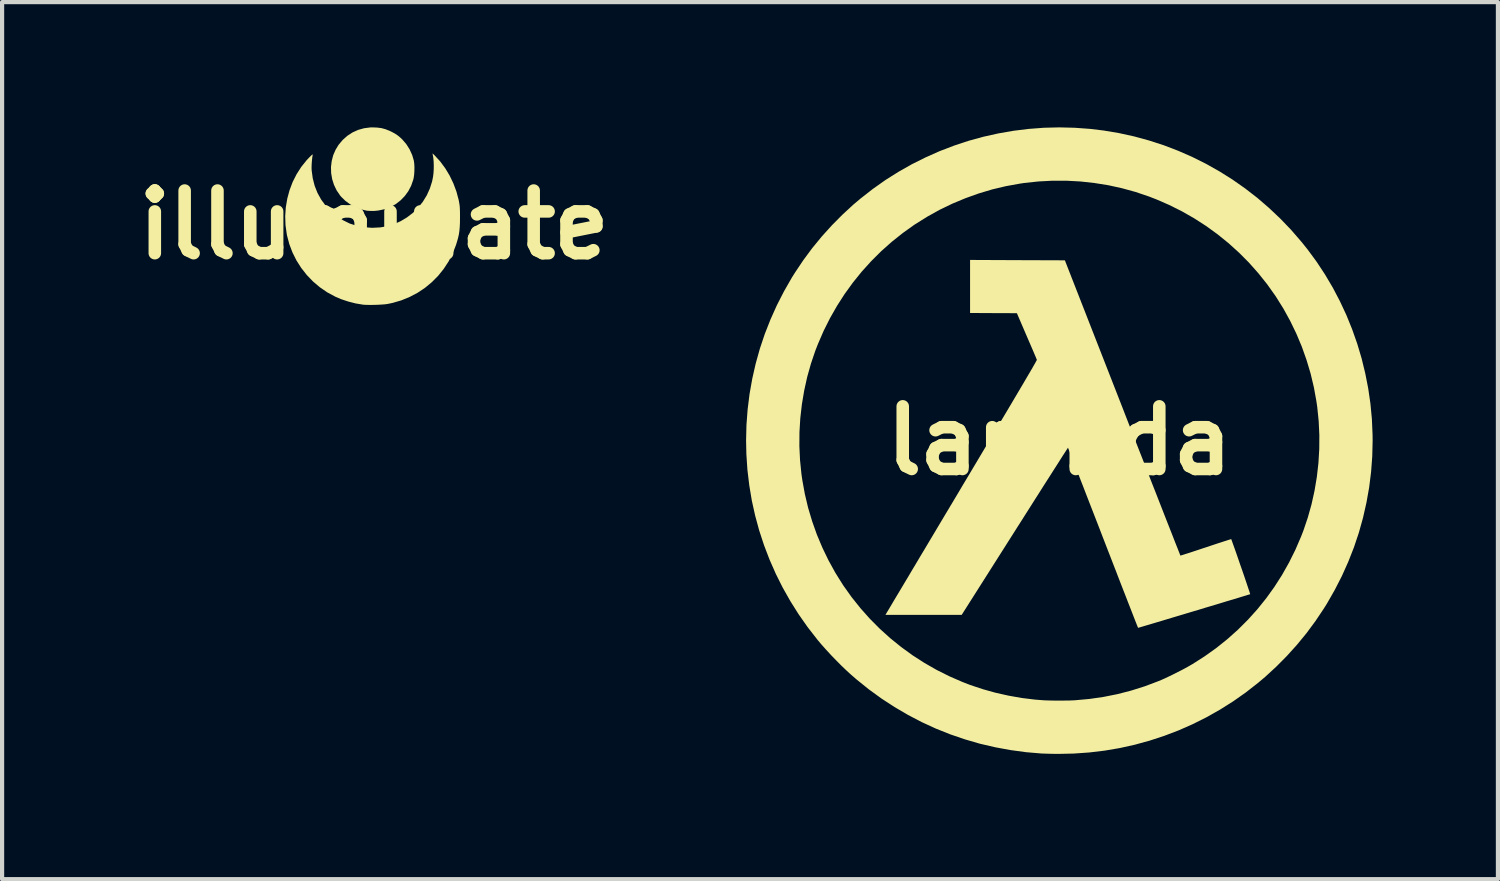
<source format=kicad_pcb>
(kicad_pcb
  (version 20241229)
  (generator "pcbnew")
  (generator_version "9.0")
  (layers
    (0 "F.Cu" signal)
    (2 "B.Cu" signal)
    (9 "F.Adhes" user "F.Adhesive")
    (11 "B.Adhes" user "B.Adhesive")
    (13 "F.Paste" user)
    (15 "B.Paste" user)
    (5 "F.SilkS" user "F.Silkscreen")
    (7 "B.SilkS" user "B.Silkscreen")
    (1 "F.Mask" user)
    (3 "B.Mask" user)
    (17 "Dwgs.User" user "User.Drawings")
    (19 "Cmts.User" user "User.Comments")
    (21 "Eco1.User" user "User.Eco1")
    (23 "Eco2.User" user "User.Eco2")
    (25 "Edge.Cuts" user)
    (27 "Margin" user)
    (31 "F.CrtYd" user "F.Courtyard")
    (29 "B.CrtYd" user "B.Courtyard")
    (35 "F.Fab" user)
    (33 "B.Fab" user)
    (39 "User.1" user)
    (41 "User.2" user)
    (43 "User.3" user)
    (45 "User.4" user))
  (footprint "illuminate"
    (layer "F.Cu")
    (at 5.907 2.334)
    (property "Reference" "illuminate" (at 0 0 0) (layer "F.SilkS") (effects (font (size 1.5 1.5) (thickness 0.3))))
    (attr board_only exclude_from_pos_files exclude_from_bom)
    (fp_poly (pts (xy 0.078 -2.329) (xy 0.178 -2.316) (xy 0.273 -2.29) (xy 0.369 -2.252) (xy 0.416 -2.23) (xy 0.498 -2.186) (xy 0.567 -2.14) (xy 0.631 -2.087) (xy 0.677 -2.043) (xy 0.771 -1.933) (xy 0.851 -1.807) (xy 0.912 -1.672) (xy 0.951 -1.541) (xy 0.961 -1.473) (xy 0.966 -1.389) (xy 0.965 -1.299) (xy 0.96 -1.21) (xy 0.949 -1.13) (xy 0.939 -1.084) (xy 0.889 -0.94) (xy 0.82 -0.807) (xy 0.733 -0.688) (xy 0.631 -0.584) (xy 0.515 -0.495) (xy 0.387 -0.425) (xy 0.248 -0.374) (xy 0.1 -0.343) (xy 0.006 -0.334) (xy -0.053 -0.333) (xy -0.113 -0.335) (xy -0.162 -0.338) (xy -0.178 -0.34) (xy -0.316 -0.372) (xy -0.449 -0.424) (xy -0.576 -0.493) (xy -0.69 -0.577) (xy -0.788 -0.673) (xy -0.812 -0.701) (xy -0.896 -0.824) (xy -0.96 -0.957) (xy -1.004 -1.096) (xy -1.028 -1.239) (xy -1.032 -1.384) (xy -1.015 -1.527) (xy -0.979 -1.667) (xy -0.921 -1.8) (xy -0.851 -1.915) (xy -0.753 -2.032) (xy -0.641 -2.132) (xy -0.516 -2.213) (xy -0.381 -2.274) (xy -0.238 -2.314) (xy -0.087 -2.333) (xy -0.037 -2.334)) (stroke (width 0) (type solid)) (fill yes) (layer "F.SilkS"))
    (fp_poly (pts (xy 1.451 -1.662) (xy 1.583 -1.518) (xy 1.703 -1.356) (xy 1.809 -1.18) (xy 1.899 -0.992) (xy 1.972 -0.796) (xy 2.026 -0.595) (xy 2.03 -0.572) (xy 2.039 -0.524) (xy 2.046 -0.48) (xy 2.051 -0.434) (xy 2.054 -0.383) (xy 2.056 -0.32) (xy 2.057 -0.243) (xy 2.057 -0.176) (xy 2.056 -0.054) (xy 2.051 0.05) (xy 2.043 0.142) (xy 2.03 0.229) (xy 2.011 0.314) (xy 1.985 0.405) (xy 1.962 0.479) (xy 1.884 0.682) (xy 1.785 0.874) (xy 1.668 1.053) (xy 1.534 1.22) (xy 1.384 1.371) (xy 1.22 1.507) (xy 1.042 1.626) (xy 0.852 1.726) (xy 0.652 1.808) (xy 0.442 1.869) (xy 0.322 1.894) (xy 0.262 1.902) (xy 0.184 1.908) (xy 0.096 1.913) (xy 0.003 1.916) (xy -0.088 1.917) (xy -0.172 1.916) (xy -0.241 1.913) (xy -0.27 1.91) (xy -0.443 1.881) (xy -0.619 1.836) (xy -0.79 1.779) (xy -0.93 1.719) (xy -1.121 1.616) (xy -1.299 1.494) (xy -1.463 1.355) (xy -1.612 1.2) (xy -1.744 1.032) (xy -1.859 0.851) (xy -1.955 0.659) (xy -2.031 0.458) (xy -2.086 0.249) (xy -2.091 0.22) (xy -2.121 0.007) (xy -2.128 -0.206) (xy -2.114 -0.418) (xy -2.079 -0.627) (xy -2.024 -0.83) (xy -1.95 -1.026) (xy -1.856 -1.212) (xy -1.744 -1.387) (xy -1.614 -1.549) (xy -1.562 -1.604) (xy -1.52 -1.646) (xy -1.492 -1.673) (xy -1.476 -1.684) (xy -1.469 -1.683) (xy -1.47 -1.675) (xy -1.481 -1.609) (xy -1.489 -1.529) (xy -1.495 -1.444) (xy -1.497 -1.365) (xy -1.495 -1.307) (xy -1.469 -1.116) (xy -1.423 -0.936) (xy -1.356 -0.766) (xy -1.268 -0.607) (xy -1.16 -0.46) (xy -1.041 -0.333) (xy -0.898 -0.211) (xy -0.746 -0.112) (xy -0.586 -0.033) (xy -0.416 0.023) (xy -0.238 0.057) (xy -0.051 0.07) (xy -0.035 0.07) (xy 0.147 0.061) (xy 0.317 0.032) (xy 0.48 -0.018) (xy 0.638 -0.089) (xy 0.788 -0.179) (xy 0.929 -0.287) (xy 1.056 -0.413) (xy 1.167 -0.553) (xy 1.261 -0.706) (xy 1.335 -0.869) (xy 1.389 -1.039) (xy 1.412 -1.153) (xy 1.422 -1.234) (xy 1.428 -1.327) (xy 1.429 -1.425) (xy 1.426 -1.518) (xy 1.418 -1.6) (xy 1.414 -1.627) (xy 1.399 -1.712)) (stroke (width 0) (type solid)) (fill yes) (layer "F.SilkS")))
  (footprint "lambda"
    (layer "F.Cu")
    (at 22.315 7.501)
    (property "Reference" "lambda" (at 0 0 0) (layer "F.SilkS") (effects (font (size 1.5 1.5) (thickness 0.3))))
    (attr board_only exclude_from_pos_files exclude_from_bom)
    (fp_poly (pts (xy -1.003 -4.322) (xy 0.132 -4.318) (xy 1.513 -0.786) (xy 1.609 -0.538) (xy 1.704 -0.295) (xy 1.797 -0.057) (xy 1.888 0.175) (xy 1.977 0.401) (xy 2.063 0.62) (xy 2.145 0.832) (xy 2.225 1.037) (xy 2.302 1.232) (xy 2.375 1.419) (xy 2.444 1.595) (xy 2.509 1.762) (xy 2.57 1.918) (xy 2.627 2.062) (xy 2.679 2.194) (xy 2.726 2.314) (xy 2.767 2.42) (xy 2.804 2.513) (xy 2.835 2.591) (xy 2.86 2.655) (xy 2.879 2.703) (xy 2.891 2.735) (xy 2.897 2.75) (xy 2.898 2.751) (xy 2.908 2.749) (xy 2.933 2.742) (xy 2.974 2.729) (xy 3.028 2.712) (xy 3.094 2.691) (xy 3.171 2.666) (xy 3.256 2.638) (xy 3.349 2.607) (xy 3.448 2.574) (xy 3.507 2.555) (xy 3.609 2.521) (xy 3.705 2.489) (xy 3.795 2.459) (xy 3.877 2.433) (xy 3.949 2.409) (xy 4.01 2.39) (xy 4.058 2.374) (xy 4.092 2.364) (xy 4.111 2.358) (xy 4.114 2.358) (xy 4.119 2.368) (xy 4.129 2.394) (xy 4.143 2.434) (xy 4.162 2.487) (xy 4.185 2.551) (xy 4.211 2.624) (xy 4.239 2.704) (xy 4.269 2.791) (xy 4.3 2.881) (xy 4.332 2.974) (xy 4.365 3.068) (xy 4.397 3.16) (xy 4.428 3.25) (xy 4.457 3.336) (xy 4.484 3.416) (xy 4.508 3.488) (xy 4.529 3.551) (xy 4.547 3.603) (xy 4.559 3.642) (xy 4.567 3.667) (xy 4.569 3.676) (xy 4.559 3.679) (xy 4.533 3.687) (xy 4.491 3.7) (xy 4.435 3.717) (xy 4.366 3.738) (xy 4.285 3.763) (xy 4.193 3.791) (xy 4.091 3.821) (xy 3.981 3.854) (xy 3.864 3.89) (xy 3.742 3.927) (xy 3.614 3.965) (xy 3.483 4.004) (xy 3.35 4.045) (xy 3.215 4.085) (xy 3.081 4.125) (xy 2.948 4.165) (xy 2.817 4.204) (xy 2.69 4.242) (xy 2.568 4.279) (xy 2.452 4.314) (xy 2.344 4.346) (xy 2.244 4.376) (xy 2.154 4.403) (xy 2.075 4.426) (xy 2.008 4.446) (xy 1.954 4.462) (xy 1.915 4.473) (xy 1.891 4.48) (xy 1.885 4.482) (xy 1.881 4.473) (xy 1.871 4.448) (xy 1.854 4.406) (xy 1.832 4.35) (xy 1.804 4.279) (xy 1.771 4.194) (xy 1.733 4.096) (xy 1.69 3.986) (xy 1.642 3.864) (xy 1.591 3.731) (xy 1.535 3.589) (xy 1.476 3.437) (xy 1.414 3.277) (xy 1.349 3.108) (xy 1.281 2.933) (xy 1.211 2.752) (xy 1.138 2.565) (xy 1.064 2.373) (xy 1.045 2.325) (xy 0.971 2.132) (xy 0.898 1.944) (xy 0.827 1.761) (xy 0.758 1.584) (xy 0.692 1.414) (xy 0.629 1.252) (xy 0.57 1.098) (xy 0.513 0.953) (xy 0.461 0.818) (xy 0.412 0.694) (xy 0.368 0.581) (xy 0.329 0.48) (xy 0.294 0.392) (xy 0.265 0.317) (xy 0.242 0.257) (xy 0.224 0.212) (xy 0.212 0.182) (xy 0.207 0.17) (xy 0.206 0.169) (xy 0.201 0.177) (xy 0.186 0.2) (xy 0.162 0.237) (xy 0.129 0.289) (xy 0.087 0.353) (xy 0.038 0.43) (xy -0.018 0.519) (xy -0.082 0.619) (xy -0.153 0.73) (xy -0.229 0.85) (xy -0.312 0.979) (xy -0.4 1.117) (xy -0.492 1.263) (xy -0.59 1.416) (xy -0.691 1.576) (xy -0.796 1.741) (xy -0.904 1.912) (xy -1.016 2.087) (xy -1.069 2.171) (xy -2.339 4.172) (xy -3.252 4.172) (xy -4.165 4.172) (xy -4.14 4.131) (xy -4.134 4.12) (xy -4.118 4.093) (xy -4.093 4.052) (xy -4.06 3.996) (xy -4.018 3.926) (xy -3.969 3.843) (xy -3.912 3.747) (xy -3.847 3.639) (xy -3.776 3.52) (xy -3.698 3.389) (xy -3.614 3.249) (xy -3.525 3.098) (xy -3.429 2.938) (xy -3.329 2.769) (xy -3.223 2.593) (xy -3.113 2.408) (xy -2.999 2.217) (xy -2.881 2.019) (xy -2.76 1.816) (xy -2.635 1.607) (xy -2.507 1.393) (xy -2.377 1.175) (xy -2.325 1.086) (xy -2.158 0.808) (xy -2.001 0.544) (xy -1.854 0.297) (xy -1.715 0.064) (xy -1.585 -0.154) (xy -1.464 -0.357) (xy -1.352 -0.546) (xy -1.247 -0.722) (xy -1.151 -0.884) (xy -1.063 -1.033) (xy -0.982 -1.17) (xy -0.909 -1.293) (xy -0.843 -1.405) (xy -0.784 -1.506) (xy -0.732 -1.594) (xy -0.686 -1.672) (xy -0.647 -1.739) (xy -0.615 -1.796) (xy -0.588 -1.842) (xy -0.568 -1.879) (xy -0.553 -1.906) (xy -0.543 -1.924) (xy -0.539 -1.934) (xy -0.539 -1.936) (xy -0.543 -1.947) (xy -0.555 -1.975) (xy -0.572 -2.017) (xy -0.595 -2.071) (xy -0.623 -2.137) (xy -0.655 -2.212) (xy -0.691 -2.295) (xy -0.73 -2.385) (xy -0.771 -2.48) (xy -0.781 -2.503) (xy -1.017 -3.052) (xy -1.578 -3.054) (xy -2.138 -3.057) (xy -2.138 -3.692) (xy -2.138 -4.327)) (stroke (width 0) (type solid)) (fill yes) (layer "F.SilkS"))
    (fp_poly (pts (xy 0.366 -7.492) (xy 0.736 -7.465) (xy 1.06 -7.426) (xy 1.429 -7.364) (xy 1.793 -7.284) (xy 2.151 -7.186) (xy 2.503 -7.072) (xy 2.847 -6.94) (xy 3.184 -6.792) (xy 3.513 -6.628) (xy 3.834 -6.447) (xy 4.146 -6.251) (xy 4.447 -6.04) (xy 4.739 -5.814) (xy 5.02 -5.572) (xy 5.29 -5.317) (xy 5.549 -5.047) (xy 5.795 -4.763) (xy 5.942 -4.58) (xy 6.159 -4.285) (xy 6.36 -3.98) (xy 6.547 -3.664) (xy 6.717 -3.34) (xy 6.872 -3.008) (xy 7.01 -2.668) (xy 7.132 -2.322) (xy 7.237 -1.97) (xy 7.324 -1.613) (xy 7.395 -1.252) (xy 7.448 -0.887) (xy 7.483 -0.52) (xy 7.499 -0.151) (xy 7.501 0) (xy 7.492 0.375) (xy 7.464 0.748) (xy 7.418 1.118) (xy 7.353 1.483) (xy 7.271 1.845) (xy 7.171 2.203) (xy 7.053 2.555) (xy 6.917 2.901) (xy 6.764 3.242) (xy 6.593 3.576) (xy 6.406 3.903) (xy 6.328 4.027) (xy 6.131 4.321) (xy 5.918 4.609) (xy 5.689 4.888) (xy 5.447 5.156) (xy 5.192 5.413) (xy 4.928 5.656) (xy 4.758 5.799) (xy 4.464 6.029) (xy 4.161 6.242) (xy 3.847 6.44) (xy 3.525 6.622) (xy 3.195 6.787) (xy 2.858 6.936) (xy 2.514 7.067) (xy 2.164 7.182) (xy 1.808 7.28) (xy 1.448 7.36) (xy 1.083 7.422) (xy 0.716 7.466) (xy 0.345 7.492) (xy -0.027 7.5) (xy -0.03 7.5) (xy -0.107 7.499) (xy -0.185 7.498) (xy -0.26 7.496) (xy -0.329 7.494) (xy -0.386 7.492) (xy -0.422 7.491) (xy -0.8 7.459) (xy -1.174 7.408) (xy -1.543 7.34) (xy -1.907 7.255) (xy -2.264 7.151) (xy -2.615 7.031) (xy -2.96 6.893) (xy -3.297 6.738) (xy -3.626 6.566) (xy -3.947 6.378) (xy -4.26 6.174) (xy -4.564 5.953) (xy -4.858 5.716) (xy -4.993 5.599) (xy -5.104 5.497) (xy -5.222 5.384) (xy -5.343 5.262) (xy -5.464 5.137) (xy -5.581 5.01) (xy -5.691 4.887) (xy -5.789 4.771) (xy -5.795 4.763) (xy -6.027 4.465) (xy -6.243 4.157) (xy -6.442 3.841) (xy -6.625 3.517) (xy -6.791 3.185) (xy -6.94 2.846) (xy -7.072 2.501) (xy -7.187 2.15) (xy -7.284 1.794) (xy -7.364 1.433) (xy -7.425 1.067) (xy -7.469 0.698) (xy -7.494 0.325) (xy -7.498 0.134) (xy -6.225 0.134) (xy -6.209 0.469) (xy -6.175 0.803) (xy -6.154 0.947) (xy -6.094 1.278) (xy -6.016 1.606) (xy -5.919 1.93) (xy -5.806 2.249) (xy -5.675 2.561) (xy -5.528 2.865) (xy -5.365 3.161) (xy -5.186 3.447) (xy -5.171 3.47) (xy -4.974 3.747) (xy -4.762 4.012) (xy -4.538 4.264) (xy -4.3 4.503) (xy -4.05 4.729) (xy -3.788 4.941) (xy -3.515 5.139) (xy -3.231 5.322) (xy -2.937 5.49) (xy -2.633 5.642) (xy -2.321 5.778) (xy -2.14 5.848) (xy -1.842 5.948) (xy -1.535 6.034) (xy -1.22 6.105) (xy -0.903 6.161) (xy -0.584 6.2) (xy -0.394 6.215) (xy -0.327 6.219) (xy -0.246 6.221) (xy -0.154 6.223) (xy -0.056 6.224) (xy 0.043 6.224) (xy 0.14 6.223) (xy 0.231 6.222) (xy 0.31 6.219) (xy 0.371 6.216) (xy 0.716 6.185) (xy 1.056 6.136) (xy 1.391 6.069) (xy 1.72 5.984) (xy 2.046 5.881) (xy 2.367 5.76) (xy 2.442 5.729) (xy 2.522 5.694) (xy 2.613 5.651) (xy 2.712 5.603) (xy 2.815 5.551) (xy 2.918 5.499) (xy 3.016 5.447) (xy 3.105 5.397) (xy 3.181 5.353) (xy 3.184 5.352) (xy 3.475 5.166) (xy 3.755 4.967) (xy 4.021 4.754) (xy 4.274 4.528) (xy 4.514 4.289) (xy 4.74 4.038) (xy 4.952 3.775) (xy 5.149 3.501) (xy 5.332 3.215) (xy 5.499 2.919) (xy 5.651 2.613) (xy 5.788 2.296) (xy 5.842 2.157) (xy 5.948 1.844) (xy 6.038 1.524) (xy 6.11 1.198) (xy 6.165 0.869) (xy 6.203 0.536) (xy 6.223 0.201) (xy 6.225 -0.134) (xy 6.209 -0.469) (xy 6.175 -0.803) (xy 6.154 -0.947) (xy 6.094 -1.278) (xy 6.016 -1.606) (xy 5.919 -1.93) (xy 5.806 -2.249) (xy 5.675 -2.561) (xy 5.528 -2.865) (xy 5.365 -3.161) (xy 5.186 -3.447) (xy 5.171 -3.47) (xy 4.974 -3.747) (xy 4.762 -4.012) (xy 4.538 -4.264) (xy 4.3 -4.503) (xy 4.05 -4.729) (xy 3.788 -4.941) (xy 3.515 -5.139) (xy 3.231 -5.322) (xy 2.937 -5.49) (xy 2.633 -5.642) (xy 2.321 -5.778) (xy 2.14 -5.848) (xy 1.823 -5.955) (xy 1.5 -6.044) (xy 1.172 -6.116) (xy 0.84 -6.169) (xy 0.505 -6.206) (xy 0.169 -6.224) (xy -0.168 -6.224) (xy -0.505 -6.206) (xy -0.84 -6.17) (xy -0.947 -6.154) (xy -1.278 -6.094) (xy -1.607 -6.016) (xy -1.931 -5.919) (xy -2.249 -5.805) (xy -2.561 -5.675) (xy -2.866 -5.528) (xy -3.161 -5.364) (xy -3.447 -5.185) (xy -3.47 -5.171) (xy -3.747 -4.973) (xy -4.012 -4.762) (xy -4.265 -4.537) (xy -4.504 -4.299) (xy -4.73 -4.049) (xy -4.942 -3.787) (xy -5.14 -3.513) (xy -5.323 -3.229) (xy -5.491 -2.934) (xy -5.644 -2.629) (xy -5.78 -2.315) (xy -5.842 -2.157) (xy -5.948 -1.844) (xy -6.038 -1.524) (xy -6.11 -1.198) (xy -6.165 -0.869) (xy -6.203 -0.536) (xy -6.223 -0.201) (xy -6.225 0.134) (xy -7.498 0.134) (xy -7.501 0) (xy -7.492 -0.375) (xy -7.464 -0.748) (xy -7.418 -1.118) (xy -7.353 -1.483) (xy -7.271 -1.845) (xy -7.171 -2.203) (xy -7.053 -2.555) (xy -6.917 -2.901) (xy -6.764 -3.242) (xy -6.593 -3.576) (xy -6.406 -3.903) (xy -6.328 -4.027) (xy -6.131 -4.321) (xy -5.918 -4.609) (xy -5.689 -4.888) (xy -5.447 -5.156) (xy -5.192 -5.413) (xy -4.928 -5.656) (xy -4.758 -5.799) (xy -4.465 -6.028) (xy -4.162 -6.242) (xy -3.849 -6.439) (xy -3.529 -6.62) (xy -3.2 -6.784) (xy -2.864 -6.933) (xy -2.522 -7.064) (xy -2.175 -7.179) (xy -1.822 -7.276) (xy -1.464 -7.356) (xy -1.103 -7.419) (xy -0.739 -7.464) (xy -0.372 -7.492) (xy -0.004 -7.501)) (stroke (width 0) (type solid)) (fill yes) (layer "F.SilkS")))
  (gr_rect
    (start -3 -3)
    (end 32.816 18.001)
    (stroke (width 0.1) (type default))
    (fill no)
    (layer "Edge.Cuts")))
</source>
